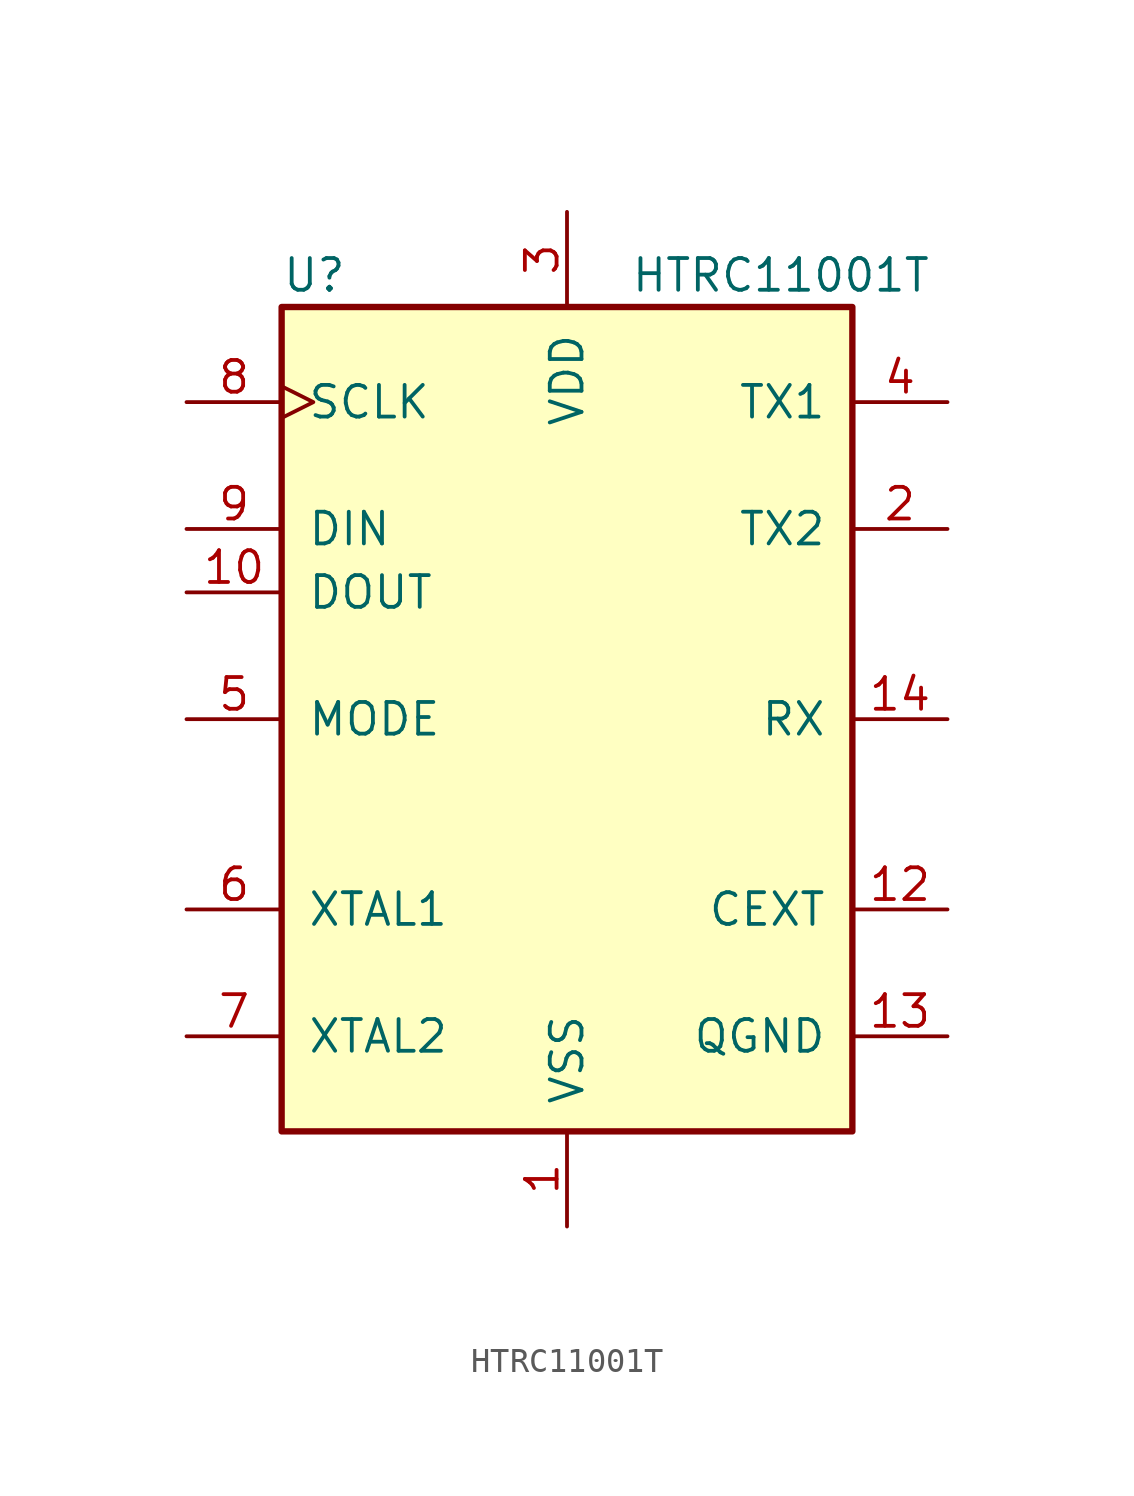
<source format=kicad_sym>
(kicad_symbol_lib
  (version 20211014)
  (generator kicad_symbol_editor)
  (symbol "HTRC11001T"
    (pin_names
      (offset 1.016))
    (property "Reference" "U"
      (at -11.43 17.78 0)
      (effects (font (size 1.27 1.27)) (justify left)))
    (property "Value" "HTRC11001T"
      (at 2.54 17.78 0)
      (effects (font (size 1.27 1.27)) (justify left)))
    (symbol "HTRC11001T_0_1"
      (rectangle (start -11.43 16.51) (end 11.43 -16.51) (stroke (width 0.254) (type default) (color 0 0 0 0)) (fill (type background))))
    (symbol "HTRC11001T_1_1"
      (pin power_in line (at 0 -20.32 90) (length 3.81) (name "VSS" (effects (font (size 1.27 1.27)))) (number "1" (effects (font (size 1.27 1.27)))))
      (pin output line (at -15.24 5.08 0) (length 3.81) (name "DOUT" (effects (font (size 1.27 1.27)))) (number "10" (effects (font (size 1.27 1.27)))))
      (pin passive line (at 15.24 -7.62 180) (length 3.81) (name "CEXT" (effects (font (size 1.27 1.27)))) (number "12" (effects (font (size 1.27 1.27)))))
      (pin passive line (at 15.24 -12.7 180) (length 3.81) (name "QGND" (effects (font (size 1.27 1.27)))) (number "13" (effects (font (size 1.27 1.27)))))
      (pin input line (at 15.24 0 180) (length 3.81) (name "RX" (effects (font (size 1.27 1.27)))) (number "14" (effects (font (size 1.27 1.27)))))
      (pin output line (at 15.24 7.62 180) (length 3.81) (name "TX2" (effects (font (size 1.27 1.27)))) (number "2" (effects (font (size 1.27 1.27)))))
      (pin power_in line (at 0 20.32 270) (length 3.81) (name "VDD" (effects (font (size 1.27 1.27)))) (number "3" (effects (font (size 1.27 1.27)))))
      (pin output line (at 15.24 12.7 180) (length 3.81) (name "TX1" (effects (font (size 1.27 1.27)))) (number "4" (effects (font (size 1.27 1.27)))))
      (pin input line (at -15.24 0 0) (length 3.81) (name "MODE" (effects (font (size 1.27 1.27)))) (number "5" (effects (font (size 1.27 1.27)))))
      (pin input line (at -15.24 -7.62 0) (length 3.81) (name "XTAL1" (effects (font (size 1.27 1.27)))) (number "6" (effects (font (size 1.27 1.27)))))
      (pin output line (at -15.24 -12.7 0) (length 3.81) (name "XTAL2" (effects (font (size 1.27 1.27)))) (number "7" (effects (font (size 1.27 1.27)))))
      (pin input clock (at -15.24 12.7 0) (length 3.81) (name "SCLK" (effects (font (size 1.27 1.27)))) (number "8" (effects (font (size 1.27 1.27)))))
      (pin input line (at -15.24 7.62 0) (length 3.81) (name "DIN" (effects (font (size 1.27 1.27)))) (number "9" (effects (font (size 1.27 1.27))))))))
</source>
